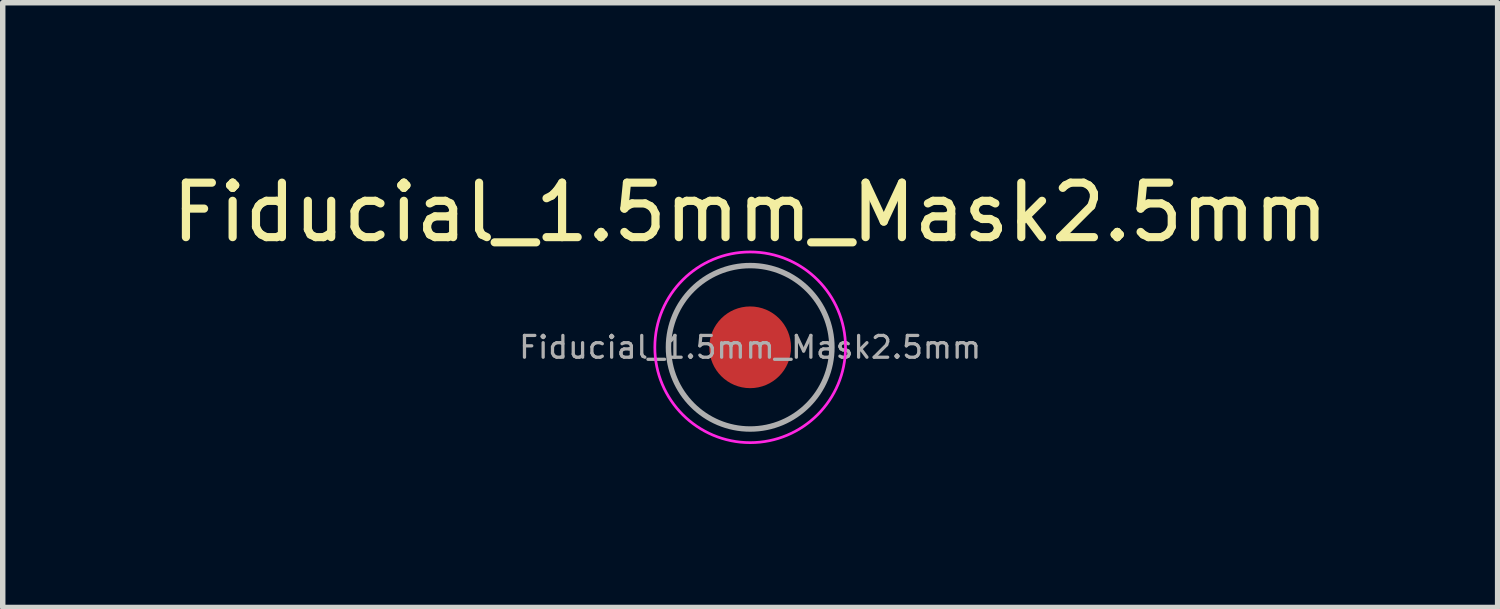
<source format=kicad_pcb>
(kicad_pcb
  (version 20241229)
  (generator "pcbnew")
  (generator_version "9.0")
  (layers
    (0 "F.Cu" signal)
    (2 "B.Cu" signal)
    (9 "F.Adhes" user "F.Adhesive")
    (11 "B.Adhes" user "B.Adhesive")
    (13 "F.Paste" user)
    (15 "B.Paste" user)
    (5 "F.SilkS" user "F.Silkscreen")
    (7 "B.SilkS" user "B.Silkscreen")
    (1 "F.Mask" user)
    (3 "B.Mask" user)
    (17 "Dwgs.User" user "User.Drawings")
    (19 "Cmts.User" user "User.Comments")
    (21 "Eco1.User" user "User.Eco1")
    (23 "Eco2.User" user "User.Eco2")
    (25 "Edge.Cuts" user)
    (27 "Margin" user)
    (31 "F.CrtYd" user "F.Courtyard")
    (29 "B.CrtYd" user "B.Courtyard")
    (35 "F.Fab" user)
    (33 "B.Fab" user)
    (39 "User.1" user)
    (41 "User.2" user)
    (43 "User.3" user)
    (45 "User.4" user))
  (footprint "Fiducial_1.5mm_Mask2.5mm"
    (layer "F.Cu")
    (at 10.72 3.325)
    (property "Reference" "Fiducial_1.5mm_Mask2.5mm" (at 0 -2.477 0) (layer "F.SilkS") (effects (font (size 1 1) (thickness 0.15))))
    (attr smd)
    (fp_circle (center 0 0) (end 1.75 0) (stroke (width 0.05) (type solid)) (fill no) (layer "F.CrtYd"))
    (fp_circle (center 0 0) (end 1.5 0) (stroke (width 0.1) (type solid)) (fill no) (layer "F.Fab"))
    (fp_text user "${REFERENCE}" (at 0 0 0) (layer "F.Fab") (effects (font (size 0.4 0.4) (thickness 0.06))))
    (pad "" smd circle (at 0 0) (size 1.5 1.5) (layers "F.Cu" "F.Mask")))
  (gr_rect
    (start -3 -3)
    (end 24.44 8.1)
    (stroke (width 0.1) (type default))
    (fill no)
    (layer "Edge.Cuts")))
</source>
